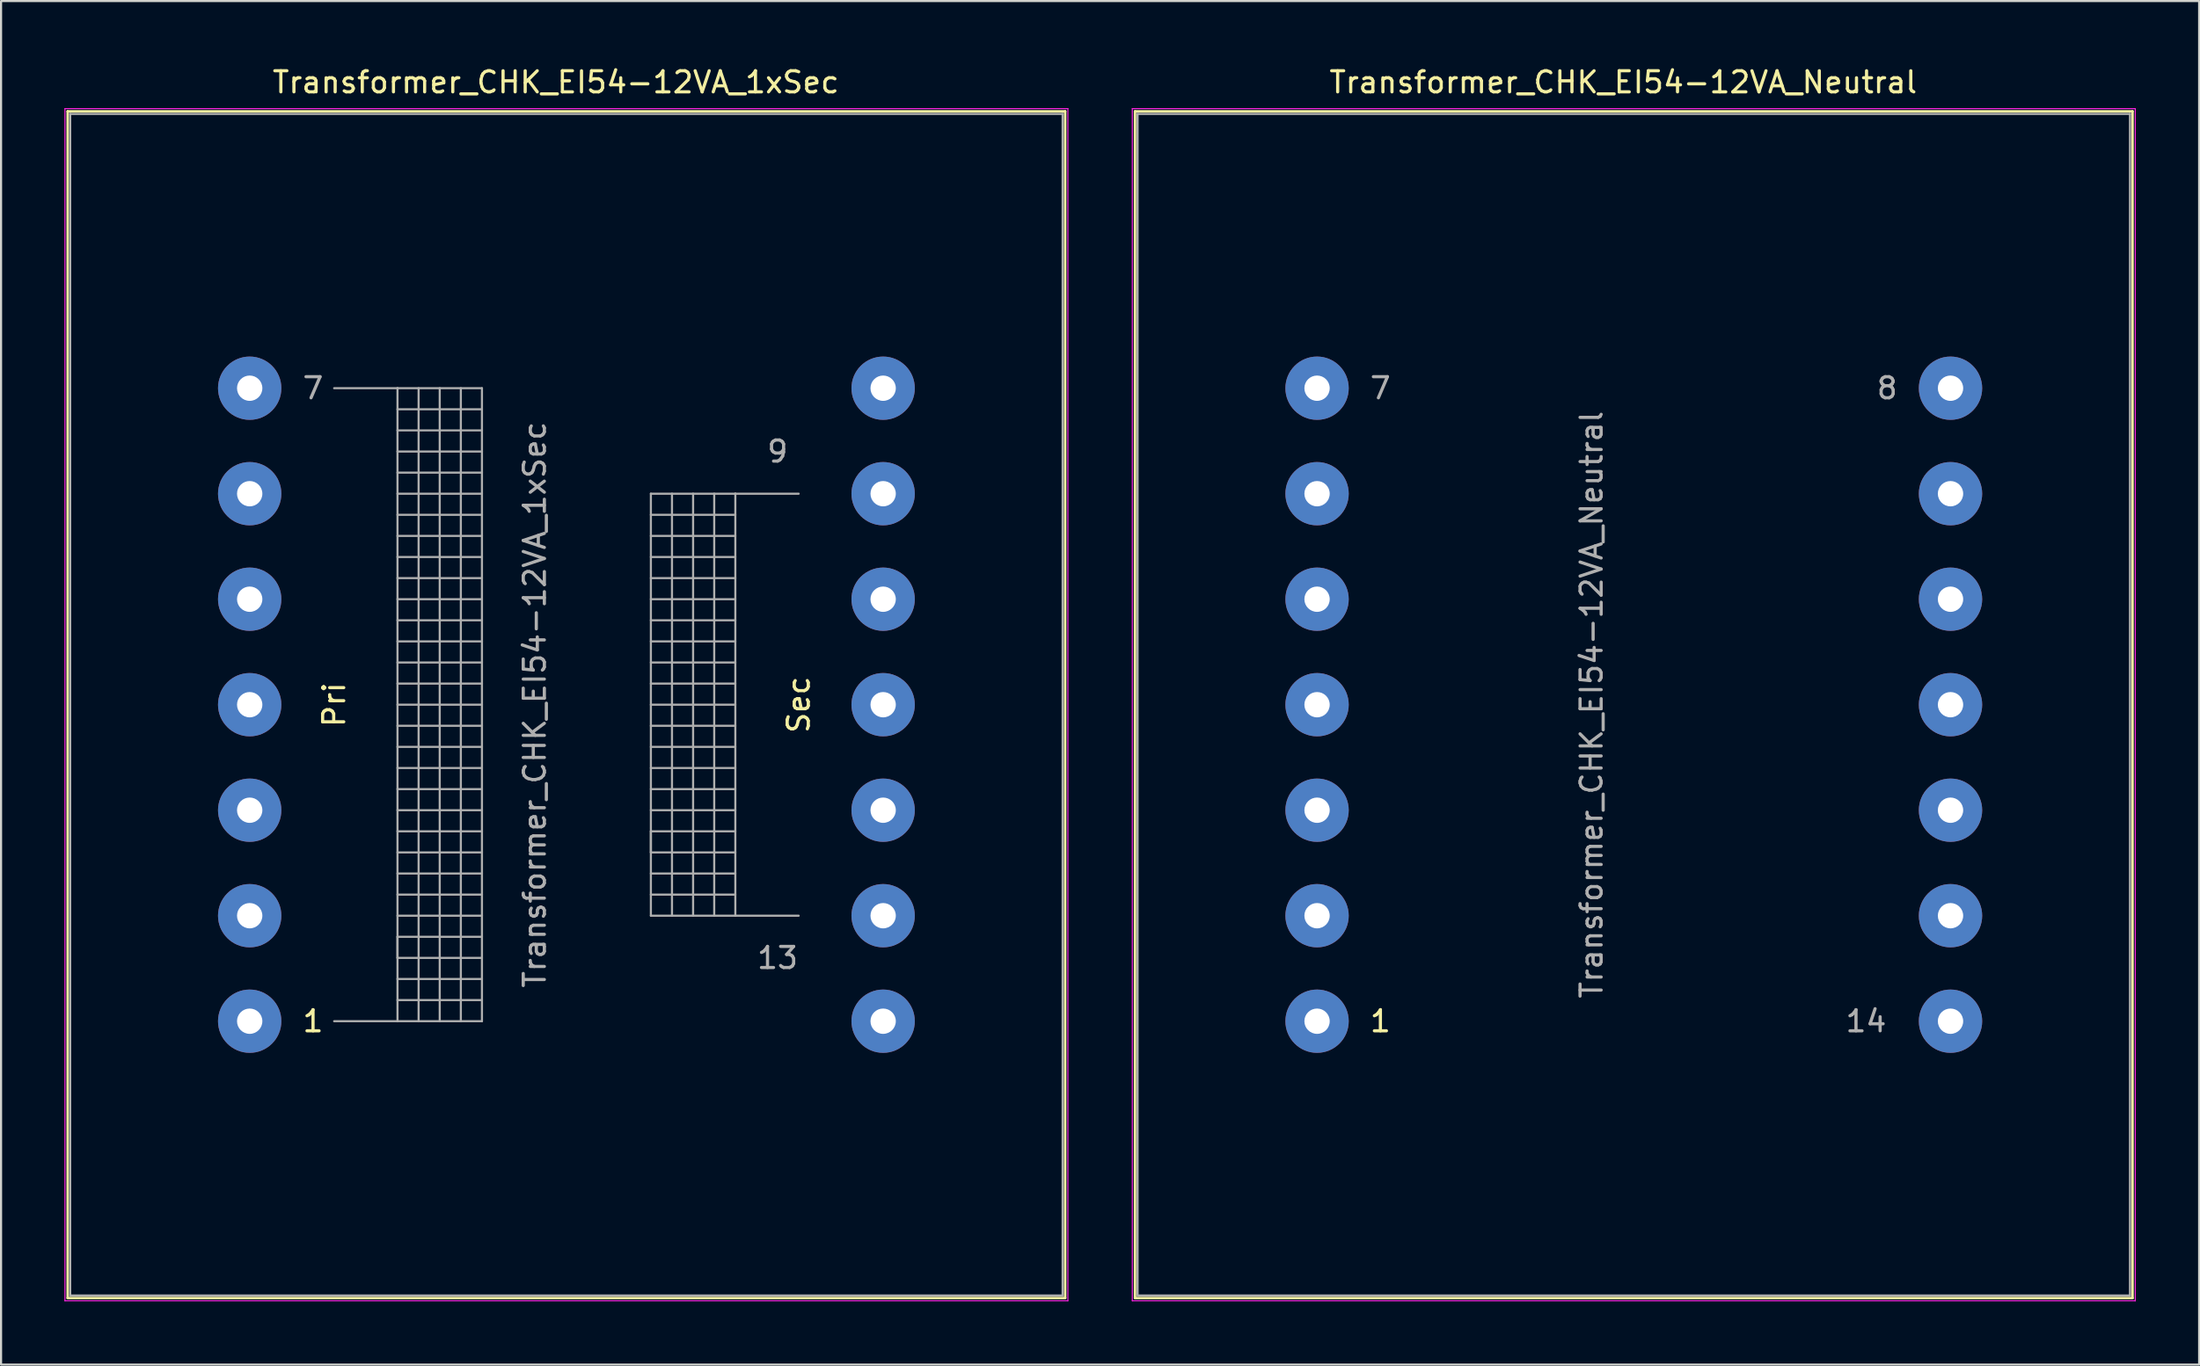
<source format=kicad_pcb>
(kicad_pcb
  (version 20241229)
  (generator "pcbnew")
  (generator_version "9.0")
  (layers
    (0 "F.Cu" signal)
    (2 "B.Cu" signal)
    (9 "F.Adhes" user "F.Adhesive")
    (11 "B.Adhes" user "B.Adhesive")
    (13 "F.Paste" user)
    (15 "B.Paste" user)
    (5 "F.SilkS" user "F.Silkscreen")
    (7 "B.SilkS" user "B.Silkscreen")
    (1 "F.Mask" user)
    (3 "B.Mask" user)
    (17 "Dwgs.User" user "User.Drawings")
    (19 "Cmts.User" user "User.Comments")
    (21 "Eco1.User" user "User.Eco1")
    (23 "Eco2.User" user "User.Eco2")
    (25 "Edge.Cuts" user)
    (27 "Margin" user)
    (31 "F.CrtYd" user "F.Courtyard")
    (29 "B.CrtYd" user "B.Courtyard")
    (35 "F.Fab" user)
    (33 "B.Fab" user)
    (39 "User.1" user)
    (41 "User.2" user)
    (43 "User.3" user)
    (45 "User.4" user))
  (footprint "Transformer_CHK_EI54-12VA_1xSec"
    (layer "F.Cu")
    (at 8.775 45.348)
    (property "Reference" "Transformer_CHK_EI54-12VA_1xSec" (at 14.5 -44.5 0) (layer "F.SilkS") (effects (font (size 1 1) (thickness 0.15))))
    (attr through_hole)
    (fp_line (start -8.62 -43.12) (end -8.62 13.12) (stroke (width 0.12) (type solid)) (layer "F.SilkS"))
    (fp_line (start -8.62 -43.12) (end 38.62 -43.12) (stroke (width 0.12) (type solid)) (layer "F.SilkS"))
    (fp_line (start 38.62 13.12) (end -8.62 13.12) (stroke (width 0.12) (type solid)) (layer "F.SilkS"))
    (fp_line (start 38.62 13.12) (end 38.62 -43.12) (stroke (width 0.12) (type solid)) (layer "F.SilkS"))
    (fp_line (start -8.75 -43.25) (end -8.75 13.25) (stroke (width 0.05) (type solid)) (layer "F.CrtYd"))
    (fp_line (start -8.75 -43.25) (end 38.75 -43.25) (stroke (width 0.05) (type solid)) (layer "F.CrtYd"))
    (fp_line (start 38.75 13.25) (end -8.75 13.25) (stroke (width 0.05) (type solid)) (layer "F.CrtYd"))
    (fp_line (start 38.75 13.25) (end 38.75 -43.25) (stroke (width 0.05) (type solid)) (layer "F.CrtYd"))
    (fp_line (start -8.5 -43) (end -8.5 13) (stroke (width 0.1) (type solid)) (layer "F.Fab"))
    (fp_line (start -8.5 13) (end 38.5 13) (stroke (width 0.1) (type solid)) (layer "F.Fab"))
    (fp_line (start 4 -30) (end 7 -30) (stroke (width 0.1) (type solid)) (layer "F.Fab"))
    (fp_line (start 7 -30) (end 7 0) (stroke (width 0.1) (type solid)) (layer "F.Fab"))
    (fp_line (start 7 -30) (end 11 -30) (stroke (width 0.1) (type solid)) (layer "F.Fab"))
    (fp_line (start 7 -29) (end 11 -29) (stroke (width 0.1) (type solid)) (layer "F.Fab"))
    (fp_line (start 7 -27) (end 11 -27) (stroke (width 0.1) (type solid)) (layer "F.Fab"))
    (fp_line (start 7 -25) (end 11 -25) (stroke (width 0.1) (type solid)) (layer "F.Fab"))
    (fp_line (start 7 -23) (end 11 -23) (stroke (width 0.1) (type solid)) (layer "F.Fab"))
    (fp_line (start 7 -21) (end 11 -21) (stroke (width 0.1) (type solid)) (layer "F.Fab"))
    (fp_line (start 7 -19) (end 11 -19) (stroke (width 0.1) (type solid)) (layer "F.Fab"))
    (fp_line (start 7 -17) (end 11 -17) (stroke (width 0.1) (type solid)) (layer "F.Fab"))
    (fp_line (start 7 -15) (end 11 -15) (stroke (width 0.1) (type solid)) (layer "F.Fab"))
    (fp_line (start 7 -13) (end 11 -13) (stroke (width 0.1) (type solid)) (layer "F.Fab"))
    (fp_line (start 7 -11) (end 11 -11) (stroke (width 0.1) (type solid)) (layer "F.Fab"))
    (fp_line (start 7 -9) (end 11 -9) (stroke (width 0.1) (type solid)) (layer "F.Fab"))
    (fp_line (start 7 -7) (end 11 -7) (stroke (width 0.1) (type solid)) (layer "F.Fab"))
    (fp_line (start 7 -5) (end 11 -5) (stroke (width 0.1) (type solid)) (layer "F.Fab"))
    (fp_line (start 7 -4) (end 7 -3) (stroke (width 0.1) (type solid)) (layer "F.Fab"))
    (fp_line (start 7 -3) (end 11 -3) (stroke (width 0.1) (type solid)) (layer "F.Fab"))
    (fp_line (start 7 -1) (end 11 -1) (stroke (width 0.1) (type solid)) (layer "F.Fab"))
    (fp_line (start 7 0) (end 4 0) (stroke (width 0.1) (type solid)) (layer "F.Fab"))
    (fp_line (start 8 -30) (end 8 0) (stroke (width 0.1) (type solid)) (layer "F.Fab"))
    (fp_line (start 9 -30) (end 9 0) (stroke (width 0.1) (type solid)) (layer "F.Fab"))
    (fp_line (start 10 -12) (end 7 -12) (stroke (width 0.1) (type solid)) (layer "F.Fab"))
    (fp_line (start 10 -12) (end 11 -12) (stroke (width 0.1) (type solid)) (layer "F.Fab"))
    (fp_line (start 10 0) (end 10 -30) (stroke (width 0.1) (type solid)) (layer "F.Fab"))
    (fp_line (start 11 -30) (end 11 0) (stroke (width 0.1) (type solid)) (layer "F.Fab"))
    (fp_line (start 11 -28) (end 7 -28) (stroke (width 0.1) (type solid)) (layer "F.Fab"))
    (fp_line (start 11 -26) (end 7 -26) (stroke (width 0.1) (type solid)) (layer "F.Fab"))
    (fp_line (start 11 -24) (end 7 -24) (stroke (width 0.1) (type solid)) (layer "F.Fab"))
    (fp_line (start 11 -22) (end 7 -22) (stroke (width 0.1) (type solid)) (layer "F.Fab"))
    (fp_line (start 11 -20) (end 7 -20) (stroke (width 0.1) (type solid)) (layer "F.Fab"))
    (fp_line (start 11 -18) (end 7 -18) (stroke (width 0.1) (type solid)) (layer "F.Fab"))
    (fp_line (start 11 -16) (end 7 -16) (stroke (width 0.1) (type solid)) (layer "F.Fab"))
    (fp_line (start 11 -14) (end 7 -14) (stroke (width 0.1) (type solid)) (layer "F.Fab"))
    (fp_line (start 11 -10) (end 7 -10) (stroke (width 0.1) (type solid)) (layer "F.Fab"))
    (fp_line (start 11 -8) (end 7 -8) (stroke (width 0.1) (type solid)) (layer "F.Fab"))
    (fp_line (start 11 -6) (end 7 -6) (stroke (width 0.1) (type solid)) (layer "F.Fab"))
    (fp_line (start 11 -4) (end 7 -4) (stroke (width 0.1) (type solid)) (layer "F.Fab"))
    (fp_line (start 11 -2) (end 7 -2) (stroke (width 0.1) (type solid)) (layer "F.Fab"))
    (fp_line (start 11 0) (end 7 0) (stroke (width 0.1) (type solid)) (layer "F.Fab"))
    (fp_line (start 19 -25) (end 19 -5) (stroke (width 0.1) (type solid)) (layer "F.Fab"))
    (fp_line (start 19 -24) (end 23 -24) (stroke (width 0.1) (type solid)) (layer "F.Fab"))
    (fp_line (start 19 -22) (end 23 -22) (stroke (width 0.1) (type solid)) (layer "F.Fab"))
    (fp_line (start 19 -20) (end 23 -20) (stroke (width 0.1) (type solid)) (layer "F.Fab"))
    (fp_line (start 19 -18) (end 23 -18) (stroke (width 0.1) (type solid)) (layer "F.Fab"))
    (fp_line (start 19 -16) (end 23 -16) (stroke (width 0.1) (type solid)) (layer "F.Fab"))
    (fp_line (start 19 -14) (end 23 -14) (stroke (width 0.1) (type solid)) (layer "F.Fab"))
    (fp_line (start 19 -12) (end 23 -12) (stroke (width 0.1) (type solid)) (layer "F.Fab"))
    (fp_line (start 19 -10) (end 23 -10) (stroke (width 0.1) (type solid)) (layer "F.Fab"))
    (fp_line (start 19 -9) (end 19 -8) (stroke (width 0.1) (type solid)) (layer "F.Fab"))
    (fp_line (start 19 -8) (end 23 -8) (stroke (width 0.1) (type solid)) (layer "F.Fab"))
    (fp_line (start 19 -6) (end 23 -6) (stroke (width 0.1) (type solid)) (layer "F.Fab"))
    (fp_line (start 19 -5) (end 23 -5) (stroke (width 0.1) (type solid)) (layer "F.Fab"))
    (fp_line (start 20 -5) (end 20 -25) (stroke (width 0.1) (type solid)) (layer "F.Fab"))
    (fp_line (start 21 -25) (end 21 -5) (stroke (width 0.1) (type solid)) (layer "F.Fab"))
    (fp_line (start 22 -5) (end 22 -25) (stroke (width 0.1) (type solid)) (layer "F.Fab"))
    (fp_line (start 23 -25) (end 19 -25) (stroke (width 0.1) (type solid)) (layer "F.Fab"))
    (fp_line (start 23 -25) (end 23 -5) (stroke (width 0.1) (type solid)) (layer "F.Fab"))
    (fp_line (start 23 -23) (end 19 -23) (stroke (width 0.1) (type solid)) (layer "F.Fab"))
    (fp_line (start 23 -21) (end 19 -21) (stroke (width 0.1) (type solid)) (layer "F.Fab"))
    (fp_line (start 23 -19) (end 19 -19) (stroke (width 0.1) (type solid)) (layer "F.Fab"))
    (fp_line (start 23 -17) (end 19 -17) (stroke (width 0.1) (type solid)) (layer "F.Fab"))
    (fp_line (start 23 -15) (end 19 -15) (stroke (width 0.1) (type solid)) (layer "F.Fab"))
    (fp_line (start 23 -13) (end 19 -13) (stroke (width 0.1) (type solid)) (layer "F.Fab"))
    (fp_line (start 23 -11) (end 19 -11) (stroke (width 0.1) (type solid)) (layer "F.Fab"))
    (fp_line (start 23 -9) (end 19 -9) (stroke (width 0.1) (type solid)) (layer "F.Fab"))
    (fp_line (start 23 -7) (end 19 -7) (stroke (width 0.1) (type solid)) (layer "F.Fab"))
    (fp_line (start 23 -5) (end 26 -5) (stroke (width 0.1) (type solid)) (layer "F.Fab"))
    (fp_line (start 26 -25) (end 23 -25) (stroke (width 0.1) (type solid)) (layer "F.Fab"))
    (fp_line (start 38.5 -43) (end -8.5 -43) (stroke (width 0.1) (type solid)) (layer "F.Fab"))
    (fp_line (start 38.5 13) (end 38.5 -43) (stroke (width 0.1) (type solid)) (layer "F.Fab"))
    (fp_text user "1" (at 3 0 0) (layer "F.SilkS") (effects (font (size 1 1) (thickness 0.15))))
    (fp_text user "Pri" (at 4 -15 90) (layer "F.SilkS") (effects (font (size 1 1) (thickness 0.15))))
    (fp_text user "Sec" (at 26 -15 90) (layer "F.SilkS") (effects (font (size 1 1) (thickness 0.15))))
    (fp_text user "${REFERENCE}" (at 13.5 -15 90) (layer "F.Fab") (effects (font (size 1 1) (thickness 0.15))))
    (fp_text user "13" (at 25 -3 0) (layer "F.Fab") (effects (font (size 1 1) (thickness 0.15))))
    (fp_text user "9" (at 25 -27 0) (layer "F.Fab") (effects (font (size 1 1) (thickness 0.15))))
    (fp_text user "7" (at 3 -30 0) (layer "F.Fab") (effects (font (size 1 1) (thickness 0.15))))
    (pad "1" thru_hole circle (at 0 0) (size 3 3) (drill 1.2) (layers "*.Cu" "*.Mask"))
    (pad "2" thru_hole circle (at 0 -5) (size 3 3) (drill 1.2) (layers "*.Cu" "*.Mask"))
    (pad "3" thru_hole circle (at 0 -10) (size 3 3) (drill 1.2) (layers "*.Cu" "*.Mask"))
    (pad "4" thru_hole circle (at 0 -15) (size 3 3) (drill 1.2) (layers "*.Cu" "*.Mask"))
    (pad "5" thru_hole circle (at 0 -20) (size 3 3) (drill 1.2) (layers "*.Cu" "*.Mask"))
    (pad "6" thru_hole circle (at 0 -25) (size 3 3) (drill 1.2) (layers "*.Cu" "*.Mask"))
    (pad "7" thru_hole circle (at 0 -30) (size 3 3) (drill 1.2) (layers "*.Cu" "*.Mask"))
    (pad "8" thru_hole circle (at 30 -30) (size 3 3) (drill 1.2) (layers "*.Cu" "*.Mask"))
    (pad "9" thru_hole circle (at 30 -25) (size 3 3) (drill 1.2) (layers "*.Cu" "*.Mask"))
    (pad "10" thru_hole circle (at 30 -20) (size 3 3) (drill 1.2) (layers "*.Cu" "*.Mask"))
    (pad "11" thru_hole circle (at 30 -15) (size 3 3) (drill 1.2) (layers "*.Cu" "*.Mask"))
    (pad "12" thru_hole circle (at 30 -10) (size 3 3) (drill 1.2) (layers "*.Cu" "*.Mask"))
    (pad "13" thru_hole circle (at 30 -5) (size 3 3) (drill 1.2) (layers "*.Cu" "*.Mask"))
    (pad "14" thru_hole circle (at 30 0) (size 3 3) (drill 1.2) (layers "*.Cu" "*.Mask")))
  (footprint "Transformer_CHK_EI54-12VA_Neutral"
    (layer "F.Cu")
    (at 59.325 45.348)
    (property "Reference" "Transformer_CHK_EI54-12VA_Neutral" (at 14.5 -44.5 0) (layer "F.SilkS") (effects (font (size 1 1) (thickness 0.15))))
    (attr through_hole)
    (fp_line (start -8.62 -43.12) (end -8.62 13.12) (stroke (width 0.12) (type solid)) (layer "F.SilkS"))
    (fp_line (start -8.62 -43.12) (end 38.62 -43.12) (stroke (width 0.12) (type solid)) (layer "F.SilkS"))
    (fp_line (start 38.62 13.12) (end -8.62 13.12) (stroke (width 0.12) (type solid)) (layer "F.SilkS"))
    (fp_line (start 38.62 13.12) (end 38.62 -43.12) (stroke (width 0.12) (type solid)) (layer "F.SilkS"))
    (fp_line (start -8.75 -43.25) (end -8.75 13.25) (stroke (width 0.05) (type solid)) (layer "F.CrtYd"))
    (fp_line (start -8.75 -43.25) (end 38.75 -43.25) (stroke (width 0.05) (type solid)) (layer "F.CrtYd"))
    (fp_line (start 38.75 13.25) (end -8.75 13.25) (stroke (width 0.05) (type solid)) (layer "F.CrtYd"))
    (fp_line (start 38.75 13.25) (end 38.75 -43.25) (stroke (width 0.05) (type solid)) (layer "F.CrtYd"))
    (fp_line (start -8.5 -43) (end -8.5 13) (stroke (width 0.1) (type solid)) (layer "F.Fab"))
    (fp_line (start -8.5 13) (end 38.5 13) (stroke (width 0.1) (type solid)) (layer "F.Fab"))
    (fp_line (start 38.5 -43) (end -8.5 -43) (stroke (width 0.1) (type solid)) (layer "F.Fab"))
    (fp_line (start 38.5 13) (end 38.5 -43) (stroke (width 0.1) (type solid)) (layer "F.Fab"))
    (fp_text user "1" (at 3 0 0) (layer "F.SilkS") (effects (font (size 1 1) (thickness 0.15))))
    (fp_text user "7" (at 3 -30 0) (layer "F.Fab") (effects (font (size 1 1) (thickness 0.15))))
    (fp_text user "14" (at 26 0 0) (layer "F.Fab") (effects (font (size 1 1) (thickness 0.15))))
    (fp_text user "${REFERENCE}" (at 13 -15 90) (layer "F.Fab") (effects (font (size 1 1) (thickness 0.15))))
    (fp_text user "8" (at 27 -30 0) (layer "F.Fab") (effects (font (size 1 1) (thickness 0.15))))
    (pad "1" thru_hole circle (at 0 0) (size 3 3) (drill 1.2) (layers "*.Cu" "*.Mask"))
    (pad "2" thru_hole circle (at 0 -5) (size 3 3) (drill 1.2) (layers "*.Cu" "*.Mask"))
    (pad "3" thru_hole circle (at 0 -10) (size 3 3) (drill 1.2) (layers "*.Cu" "*.Mask"))
    (pad "4" thru_hole circle (at 0 -15) (size 3 3) (drill 1.2) (layers "*.Cu" "*.Mask"))
    (pad "5" thru_hole circle (at 0 -20) (size 3 3) (drill 1.2) (layers "*.Cu" "*.Mask"))
    (pad "6" thru_hole circle (at 0 -25) (size 3 3) (drill 1.2) (layers "*.Cu" "*.Mask"))
    (pad "7" thru_hole circle (at 0 -30) (size 3 3) (drill 1.2) (layers "*.Cu" "*.Mask"))
    (pad "8" thru_hole circle (at 30 -30) (size 3 3) (drill 1.2) (layers "*.Cu" "*.Mask"))
    (pad "9" thru_hole circle (at 30 -25) (size 3 3) (drill 1.2) (layers "*.Cu" "*.Mask"))
    (pad "10" thru_hole circle (at 30 -20) (size 3 3) (drill 1.2) (layers "*.Cu" "*.Mask"))
    (pad "11" thru_hole circle (at 30 -15) (size 3 3) (drill 1.2) (layers "*.Cu" "*.Mask"))
    (pad "12" thru_hole circle (at 30 -10) (size 3 3) (drill 1.2) (layers "*.Cu" "*.Mask"))
    (pad "13" thru_hole circle (at 30 -5) (size 3 3) (drill 1.2) (layers "*.Cu" "*.Mask"))
    (pad "14" thru_hole circle (at 30 0) (size 3 3) (drill 1.2) (layers "*.Cu" "*.Mask")))
  (gr_rect
    (start -3 -3)
    (end 101.1 61.623)
    (stroke (width 0.1) (type default))
    (fill no)
    (layer "Edge.Cuts")))
</source>
